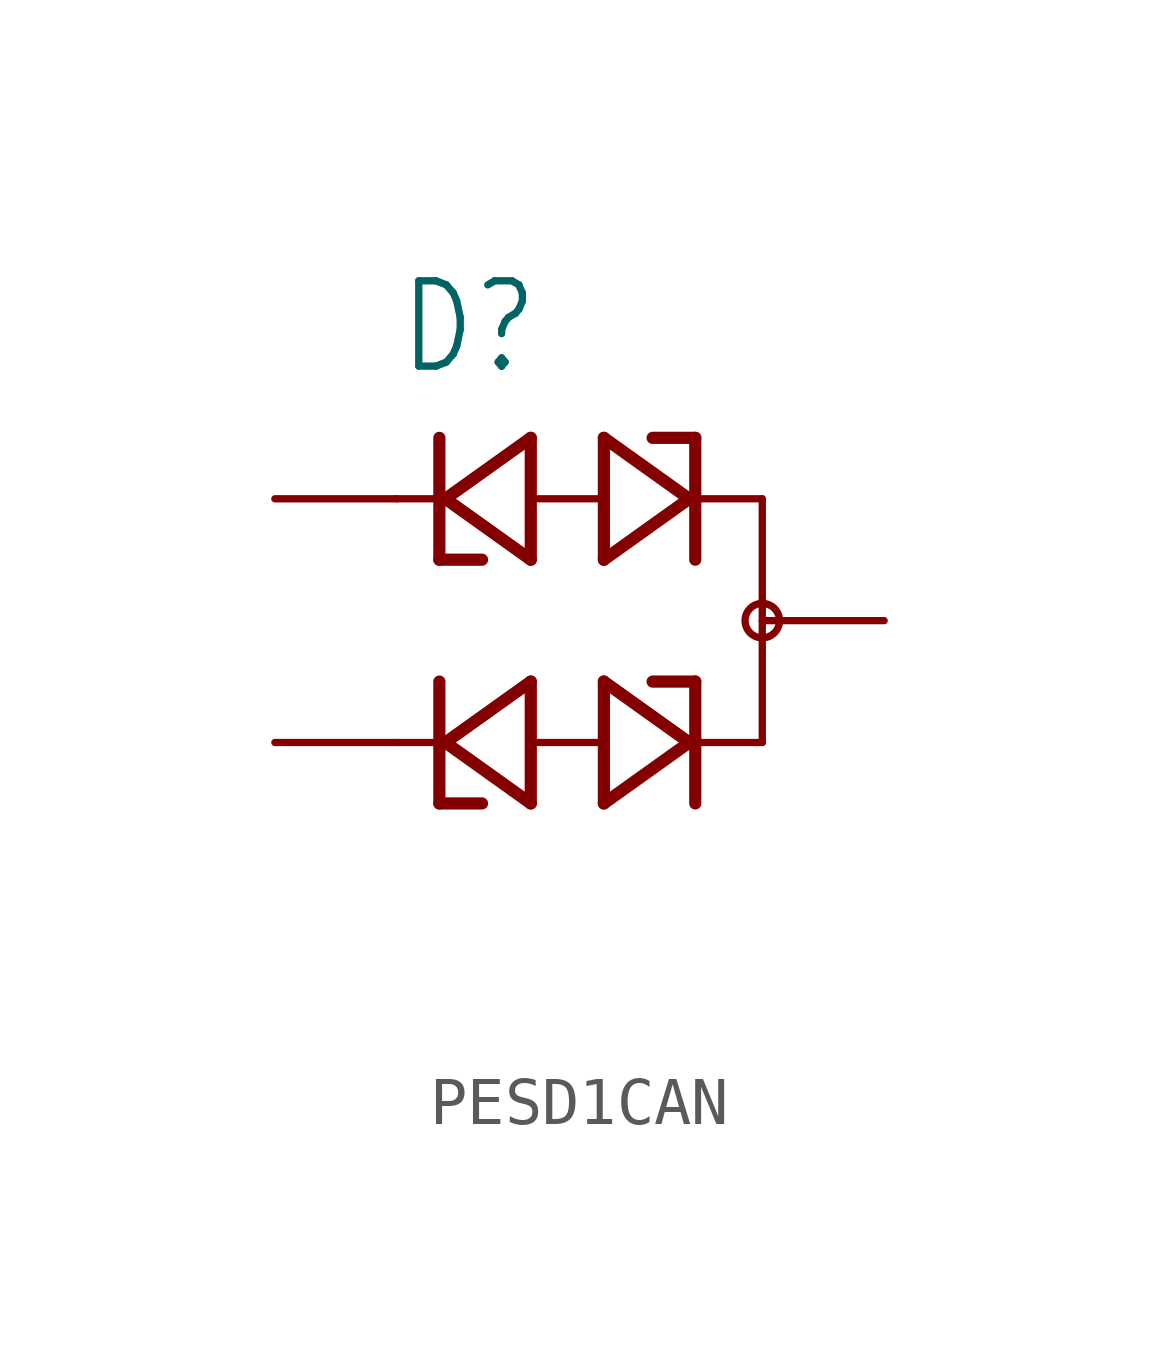
<source format=kicad_sym>
(kicad_symbol_lib
  (version 20231120)
  (generator "kicad_symbol_editor")
  (generator_version "8.0")
  (symbol "PESD1CAN"
    (property "Reference" "D"
      (at -5.08 5.08 0)
      (effects (font (size 1.778 1.511)) (justify left bottom)))
    (property "Value" ""
      (at -5.08 -7.62 0)
      (effects (font (size 1.778 1.511)) (justify left bottom)))
    (property "ki_locked" ""
      (at 0 0 0)
      (effects (font (size 1.27 1.27))))
    (symbol "PESD1CAN_1_0"
      (polyline (pts (xy -4.191 -3.81) (xy -4.191 -1.27)) (stroke (width 0.254) (type solid)) (fill (type none)))
      (polyline (pts (xy -4.191 -3.81) (xy -3.302 -3.81)) (stroke (width 0.254) (type solid)) (fill (type none)))
      (polyline (pts (xy -4.191 1.27) (xy -4.191 3.81)) (stroke (width 0.254) (type solid)) (fill (type none)))
      (polyline (pts (xy -4.191 1.27) (xy -3.302 1.27)) (stroke (width 0.254) (type solid)) (fill (type none)))
      (polyline (pts (xy -4.128 -2.54) (xy -5.08 -2.54)) (stroke (width 0.152) (type solid)) (fill (type none)))
      (polyline (pts (xy -4.128 2.54) (xy -5.08 2.54)) (stroke (width 0.152) (type solid)) (fill (type none)))
      (polyline (pts (xy -4.064 -2.54) (xy -2.286 -3.81)) (stroke (width 0.254) (type solid)) (fill (type none)))
      (polyline (pts (xy -4.064 2.54) (xy -2.286 1.27)) (stroke (width 0.254) (type solid)) (fill (type none)))
      (polyline (pts (xy -2.286 -3.81) (xy -2.286 -1.27)) (stroke (width 0.254) (type solid)) (fill (type none)))
      (polyline (pts (xy -2.286 -1.27) (xy -4.064 -2.54)) (stroke (width 0.254) (type solid)) (fill (type none)))
      (polyline (pts (xy -2.286 1.27) (xy -2.286 3.81)) (stroke (width 0.254) (type solid)) (fill (type none)))
      (polyline (pts (xy -2.286 3.81) (xy -4.064 2.54)) (stroke (width 0.254) (type solid)) (fill (type none)))
      (polyline (pts (xy -2.223 -2.54) (xy -0.794 -2.54)) (stroke (width 0.152) (type solid)) (fill (type none)))
      (polyline (pts (xy -2.223 2.54) (xy -0.794 2.54)) (stroke (width 0.152) (type solid)) (fill (type none)))
      (polyline (pts (xy -0.762 -3.81) (xy 1.016 -2.54)) (stroke (width 0.254) (type solid)) (fill (type none)))
      (polyline (pts (xy -0.762 -1.27) (xy -0.762 -3.81)) (stroke (width 0.254) (type solid)) (fill (type none)))
      (polyline (pts (xy -0.762 1.27) (xy 1.016 2.54)) (stroke (width 0.254) (type solid)) (fill (type none)))
      (polyline (pts (xy -0.762 3.81) (xy -0.762 1.27)) (stroke (width 0.254) (type solid)) (fill (type none)))
      (polyline (pts (xy 1.016 -2.54) (xy -0.762 -1.27)) (stroke (width 0.254) (type solid)) (fill (type none)))
      (polyline (pts (xy 1.016 2.54) (xy -0.762 3.81)) (stroke (width 0.254) (type solid)) (fill (type none)))
      (polyline (pts (xy 1.143 -1.27) (xy 0.254 -1.27)) (stroke (width 0.254) (type solid)) (fill (type none)))
      (polyline (pts (xy 1.143 -1.27) (xy 1.143 -3.81)) (stroke (width 0.254) (type solid)) (fill (type none)))
      (polyline (pts (xy 1.143 3.81) (xy 0.254 3.81)) (stroke (width 0.254) (type solid)) (fill (type none)))
      (polyline (pts (xy 1.143 3.81) (xy 1.143 1.27)) (stroke (width 0.254) (type solid)) (fill (type none)))
      (polyline (pts (xy 2.54 -2.54) (xy 1.27 -2.54)) (stroke (width 0.152) (type solid)) (fill (type none)))
      (polyline (pts (xy 2.54 2.54) (xy 1.27 2.54)) (stroke (width 0.152) (type solid)) (fill (type none)))
      (polyline (pts (xy 2.54 2.54) (xy 2.54 -2.54)) (stroke (width 0.152) (type solid)) (fill (type none)))
      (circle (center 2.54 0) (radius 0.359) (stroke (width 0) (type solid)) (fill (type none)))
      (pin passive line (at -7.62 2.54 0) (length 2.54) (name "1" (effects (font (size 0 0)))) (number "1" (effects (font (size 0 0)))))
      (pin passive line (at -7.62 -2.54 0) (length 2.54) (name "2" (effects (font (size 0 0)))) (number "2" (effects (font (size 0 0)))))
      (pin passive line (at 5.08 0 180) (length 2.54) (name "3" (effects (font (size 0 0)))) (number "3" (effects (font (size 0 0))))))))
</source>
